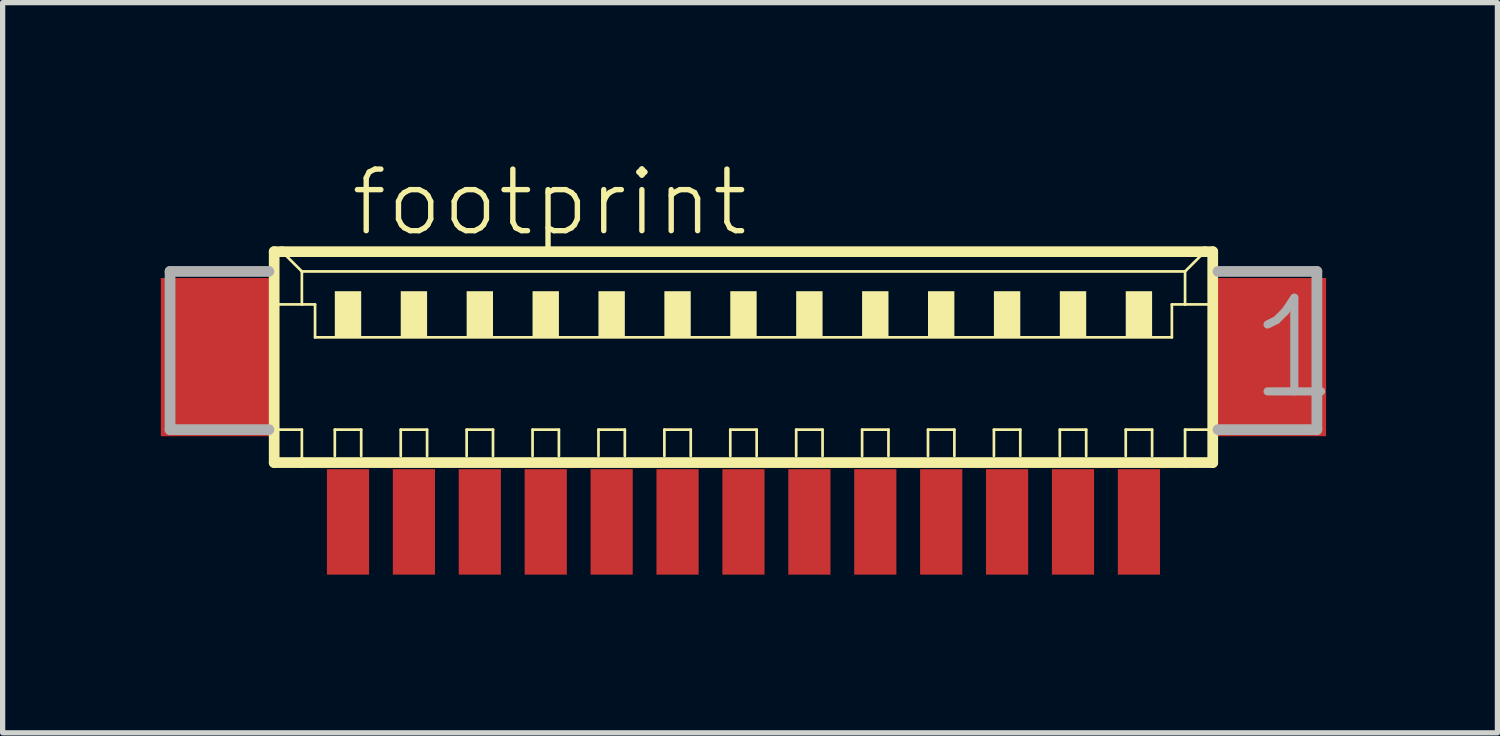
<source format=kicad_pcb>
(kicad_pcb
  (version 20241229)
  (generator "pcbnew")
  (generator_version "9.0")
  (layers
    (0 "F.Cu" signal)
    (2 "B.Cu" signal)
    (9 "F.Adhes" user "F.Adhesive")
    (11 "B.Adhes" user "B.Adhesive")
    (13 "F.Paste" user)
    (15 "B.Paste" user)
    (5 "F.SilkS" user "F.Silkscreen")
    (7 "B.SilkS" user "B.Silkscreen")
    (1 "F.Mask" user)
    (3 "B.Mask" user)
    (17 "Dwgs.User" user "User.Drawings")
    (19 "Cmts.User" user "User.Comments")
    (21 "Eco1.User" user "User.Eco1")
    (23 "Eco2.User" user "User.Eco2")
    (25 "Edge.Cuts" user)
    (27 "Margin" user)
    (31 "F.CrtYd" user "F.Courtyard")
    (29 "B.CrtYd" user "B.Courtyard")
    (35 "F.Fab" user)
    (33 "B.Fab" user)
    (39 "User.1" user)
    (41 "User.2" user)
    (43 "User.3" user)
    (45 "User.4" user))
  (footprint "footprint"
    (layer "F.Cu")
    (at 11.05 4.348)
    (property "Reference" "footprint" (at -7.5 -2.875 0) (layer "F.SilkS") (effects (font (size 1.168 1.168) (thickness 0.102)) (justify left bottom)))
    (fp_line (start -8.9 -2.625) (end -8.9 1.375) (stroke (width 0.203) (type solid)) (layer "F.SilkS"))
    (fp_line (start -8.9 1.375) (end -8.375 1.375) (stroke (width 0.203) (type solid)) (layer "F.SilkS"))
    (fp_line (start -8.875 -1.625) (end -8.375 -1.625) (stroke (width 0.051) (type solid)) (layer "F.SilkS"))
    (fp_line (start -8.875 0.75) (end -8.375 0.75) (stroke (width 0.051) (type solid)) (layer "F.SilkS"))
    (fp_line (start -8.75 -2.625) (end -8.9 -2.625) (stroke (width 0.203) (type solid)) (layer "F.SilkS"))
    (fp_line (start -8.375 -2.25) (end -8.75 -2.625) (stroke (width 0.051) (type solid)) (layer "F.SilkS"))
    (fp_line (start -8.375 -2.25) (end 8.375 -2.25) (stroke (width 0.051) (type solid)) (layer "F.SilkS"))
    (fp_line (start -8.375 -1.625) (end -8.375 -2.25) (stroke (width 0.051) (type solid)) (layer "F.SilkS"))
    (fp_line (start -8.375 -1.625) (end -8.125 -1.625) (stroke (width 0.051) (type solid)) (layer "F.SilkS"))
    (fp_line (start -8.375 0.75) (end -8.375 1.375) (stroke (width 0.051) (type solid)) (layer "F.SilkS"))
    (fp_line (start -8.375 1.375) (end 8.375 1.375) (stroke (width 0.203) (type solid)) (layer "F.SilkS"))
    (fp_line (start -8.125 -1.625) (end -8.125 -1) (stroke (width 0.051) (type solid)) (layer "F.SilkS"))
    (fp_line (start -8.125 -1) (end 8.125 -1) (stroke (width 0.051) (type solid)) (layer "F.SilkS"))
    (fp_line (start -7.75 0.75) (end -7.25 0.75) (stroke (width 0.051) (type solid)) (layer "F.SilkS"))
    (fp_line (start -7.75 1.25) (end -7.75 0.75) (stroke (width 0.051) (type solid)) (layer "F.SilkS"))
    (fp_line (start -7.25 0.75) (end -7.25 1.25) (stroke (width 0.051) (type solid)) (layer "F.SilkS"))
    (fp_line (start -6.5 0.75) (end -6 0.75) (stroke (width 0.051) (type solid)) (layer "F.SilkS"))
    (fp_line (start -6.5 1.25) (end -6.5 0.75) (stroke (width 0.051) (type solid)) (layer "F.SilkS"))
    (fp_line (start -6 0.75) (end -6 1.25) (stroke (width 0.051) (type solid)) (layer "F.SilkS"))
    (fp_line (start -5.25 0.75) (end -4.75 0.75) (stroke (width 0.051) (type solid)) (layer "F.SilkS"))
    (fp_line (start -5.25 1.25) (end -5.25 0.75) (stroke (width 0.051) (type solid)) (layer "F.SilkS"))
    (fp_line (start -4.75 0.75) (end -4.75 1.25) (stroke (width 0.051) (type solid)) (layer "F.SilkS"))
    (fp_line (start -4 0.75) (end -3.5 0.75) (stroke (width 0.051) (type solid)) (layer "F.SilkS"))
    (fp_line (start -4 1.25) (end -4 0.75) (stroke (width 0.051) (type solid)) (layer "F.SilkS"))
    (fp_line (start -3.5 0.75) (end -3.5 1.25) (stroke (width 0.051) (type solid)) (layer "F.SilkS"))
    (fp_line (start -2.75 0.75) (end -2.25 0.75) (stroke (width 0.051) (type solid)) (layer "F.SilkS"))
    (fp_line (start -2.75 1.25) (end -2.75 0.75) (stroke (width 0.051) (type solid)) (layer "F.SilkS"))
    (fp_line (start -2.25 0.75) (end -2.25 1.25) (stroke (width 0.051) (type solid)) (layer "F.SilkS"))
    (fp_line (start -1.5 0.75) (end -1 0.75) (stroke (width 0.051) (type solid)) (layer "F.SilkS"))
    (fp_line (start -1.5 1.25) (end -1.5 0.75) (stroke (width 0.051) (type solid)) (layer "F.SilkS"))
    (fp_line (start -1 0.75) (end -1 1.25) (stroke (width 0.051) (type solid)) (layer "F.SilkS"))
    (fp_line (start -0.25 0.75) (end 0.25 0.75) (stroke (width 0.051) (type solid)) (layer "F.SilkS"))
    (fp_line (start -0.25 1.25) (end -0.25 0.75) (stroke (width 0.051) (type solid)) (layer "F.SilkS"))
    (fp_line (start 0.25 0.75) (end 0.25 1.25) (stroke (width 0.051) (type solid)) (layer "F.SilkS"))
    (fp_line (start 1 0.75) (end 1.5 0.75) (stroke (width 0.051) (type solid)) (layer "F.SilkS"))
    (fp_line (start 1 1.25) (end 1 0.75) (stroke (width 0.051) (type solid)) (layer "F.SilkS"))
    (fp_line (start 1.5 0.75) (end 1.5 1.25) (stroke (width 0.051) (type solid)) (layer "F.SilkS"))
    (fp_line (start 2.25 0.75) (end 2.75 0.75) (stroke (width 0.051) (type solid)) (layer "F.SilkS"))
    (fp_line (start 2.25 1.25) (end 2.25 0.75) (stroke (width 0.051) (type solid)) (layer "F.SilkS"))
    (fp_line (start 2.75 0.75) (end 2.75 1.25) (stroke (width 0.051) (type solid)) (layer "F.SilkS"))
    (fp_line (start 3.5 0.75) (end 4 0.75) (stroke (width 0.051) (type solid)) (layer "F.SilkS"))
    (fp_line (start 3.5 1.25) (end 3.5 0.75) (stroke (width 0.051) (type solid)) (layer "F.SilkS"))
    (fp_line (start 4 0.75) (end 4 1.25) (stroke (width 0.051) (type solid)) (layer "F.SilkS"))
    (fp_line (start 4.75 0.75) (end 5.25 0.75) (stroke (width 0.051) (type solid)) (layer "F.SilkS"))
    (fp_line (start 4.75 1.25) (end 4.75 0.75) (stroke (width 0.051) (type solid)) (layer "F.SilkS"))
    (fp_line (start 5.25 0.75) (end 5.25 1.25) (stroke (width 0.051) (type solid)) (layer "F.SilkS"))
    (fp_line (start 6 0.75) (end 6.5 0.75) (stroke (width 0.051) (type solid)) (layer "F.SilkS"))
    (fp_line (start 6 1.25) (end 6 0.75) (stroke (width 0.051) (type solid)) (layer "F.SilkS"))
    (fp_line (start 6.5 0.75) (end 6.5 1.25) (stroke (width 0.051) (type solid)) (layer "F.SilkS"))
    (fp_line (start 7.25 0.75) (end 7.75 0.75) (stroke (width 0.051) (type solid)) (layer "F.SilkS"))
    (fp_line (start 7.25 1.25) (end 7.25 0.75) (stroke (width 0.051) (type solid)) (layer "F.SilkS"))
    (fp_line (start 7.75 0.75) (end 7.75 1.25) (stroke (width 0.051) (type solid)) (layer "F.SilkS"))
    (fp_line (start 8.125 -1.625) (end 8.125 -1) (stroke (width 0.051) (type solid)) (layer "F.SilkS"))
    (fp_line (start 8.125 -1.625) (end 8.375 -1.625) (stroke (width 0.051) (type solid)) (layer "F.SilkS"))
    (fp_line (start 8.375 -2.25) (end 8.375 -1.625) (stroke (width 0.051) (type solid)) (layer "F.SilkS"))
    (fp_line (start 8.375 -2.25) (end 8.75 -2.625) (stroke (width 0.051) (type solid)) (layer "F.SilkS"))
    (fp_line (start 8.375 -1.625) (end 8.875 -1.625) (stroke (width 0.051) (type solid)) (layer "F.SilkS"))
    (fp_line (start 8.375 0.75) (end 8.375 1.375) (stroke (width 0.051) (type solid)) (layer "F.SilkS"))
    (fp_line (start 8.375 0.75) (end 8.875 0.75) (stroke (width 0.051) (type solid)) (layer "F.SilkS"))
    (fp_line (start 8.375 1.375) (end 8.9 1.375) (stroke (width 0.203) (type solid)) (layer "F.SilkS"))
    (fp_line (start 8.75 -2.625) (end -8.75 -2.625) (stroke (width 0.203) (type solid)) (layer "F.SilkS"))
    (fp_line (start 8.9 -2.625) (end 8.75 -2.625) (stroke (width 0.203) (type solid)) (layer "F.SilkS"))
    (fp_line (start 8.9 1.375) (end 8.9 -2.625) (stroke (width 0.203) (type solid)) (layer "F.SilkS"))
    (fp_poly (pts (xy -7.75 -1) (xy -7.25 -1) (xy -7.25 -1.875) (xy -7.75 -1.875)) (stroke (width 0) (type solid)) (fill yes) (layer "F.SilkS"))
    (fp_poly (pts (xy -6.5 -1) (xy -6 -1) (xy -6 -1.875) (xy -6.5 -1.875)) (stroke (width 0) (type solid)) (fill yes) (layer "F.SilkS"))
    (fp_poly (pts (xy -5.25 -1) (xy -4.75 -1) (xy -4.75 -1.875) (xy -5.25 -1.875)) (stroke (width 0) (type solid)) (fill yes) (layer "F.SilkS"))
    (fp_poly (pts (xy -4 -1) (xy -3.5 -1) (xy -3.5 -1.875) (xy -4 -1.875)) (stroke (width 0) (type solid)) (fill yes) (layer "F.SilkS"))
    (fp_poly (pts (xy -2.75 -1) (xy -2.25 -1) (xy -2.25 -1.875) (xy -2.75 -1.875)) (stroke (width 0) (type solid)) (fill yes) (layer "F.SilkS"))
    (fp_poly (pts (xy -1.5 -1) (xy -1 -1) (xy -1 -1.875) (xy -1.5 -1.875)) (stroke (width 0) (type solid)) (fill yes) (layer "F.SilkS"))
    (fp_poly (pts (xy -0.25 -1) (xy 0.25 -1) (xy 0.25 -1.875) (xy -0.25 -1.875)) (stroke (width 0) (type solid)) (fill yes) (layer "F.SilkS"))
    (fp_poly (pts (xy 1 -1) (xy 1.5 -1) (xy 1.5 -1.875) (xy 1 -1.875)) (stroke (width 0) (type solid)) (fill yes) (layer "F.SilkS"))
    (fp_poly (pts (xy 2.25 -1) (xy 2.75 -1) (xy 2.75 -1.875) (xy 2.25 -1.875)) (stroke (width 0) (type solid)) (fill yes) (layer "F.SilkS"))
    (fp_poly (pts (xy 3.5 -1) (xy 4 -1) (xy 4 -1.875) (xy 3.5 -1.875)) (stroke (width 0) (type solid)) (fill yes) (layer "F.SilkS"))
    (fp_poly (pts (xy 4.75 -1) (xy 5.25 -1) (xy 5.25 -1.875) (xy 4.75 -1.875)) (stroke (width 0) (type solid)) (fill yes) (layer "F.SilkS"))
    (fp_poly (pts (xy 6 -1) (xy 6.5 -1) (xy 6.5 -1.875) (xy 6 -1.875)) (stroke (width 0) (type solid)) (fill yes) (layer "F.SilkS"))
    (fp_poly (pts (xy 7.25 -1) (xy 7.75 -1) (xy 7.75 -1.875) (xy 7.25 -1.875)) (stroke (width 0) (type solid)) (fill yes) (layer "F.SilkS"))
    (fp_line (start -10.875 -2.25) (end -10.875 0.75) (stroke (width 0.203) (type solid)) (layer "F.Fab"))
    (fp_line (start -10.875 0.75) (end -9 0.75) (stroke (width 0.203) (type solid)) (layer "F.Fab"))
    (fp_line (start -9 -2.25) (end -10.875 -2.25) (stroke (width 0.203) (type solid)) (layer "F.Fab"))
    (fp_line (start 9 0.75) (end 10.875 0.75) (stroke (width 0.203) (type solid)) (layer "F.Fab"))
    (fp_line (start 10.875 -2.25) (end 9 -2.25) (stroke (width 0.203) (type solid)) (layer "F.Fab"))
    (fp_line (start 10.875 0.75) (end 10.875 -2.25) (stroke (width 0.203) (type solid)) (layer "F.Fab"))
    (fp_text user "1" (at 9.5 0.25 0) (layer "F.Fab") (effects (font (size 1.776 1.776) (thickness 0.154)) (justify left bottom)))
    (pad "1" smd rect (at 7.5 2.5) (size 0.8 2) (layers "F.Cu" "F.Mask" "F.Paste"))
    (pad "2" smd rect (at 6.25 2.5) (size 0.8 2) (layers "F.Cu" "F.Mask" "F.Paste"))
    (pad "3" smd rect (at 5 2.5) (size 0.8 2) (layers "F.Cu" "F.Mask" "F.Paste"))
    (pad "4" smd rect (at 3.75 2.5) (size 0.8 2) (layers "F.Cu" "F.Mask" "F.Paste"))
    (pad "5" smd rect (at 2.5 2.5) (size 0.8 2) (layers "F.Cu" "F.Mask" "F.Paste"))
    (pad "6" smd rect (at 1.25 2.5) (size 0.8 2) (layers "F.Cu" "F.Mask" "F.Paste"))
    (pad "7" smd rect (at 0 2.5) (size 0.8 2) (layers "F.Cu" "F.Mask" "F.Paste"))
    (pad "8" smd rect (at -1.25 2.5) (size 0.8 2) (layers "F.Cu" "F.Mask" "F.Paste"))
    (pad "9" smd rect (at -2.5 2.5) (size 0.8 2) (layers "F.Cu" "F.Mask" "F.Paste"))
    (pad "10" smd rect (at -3.75 2.5) (size 0.8 2) (layers "F.Cu" "F.Mask" "F.Paste"))
    (pad "11" smd rect (at -5 2.5) (size 0.8 2) (layers "F.Cu" "F.Mask" "F.Paste"))
    (pad "12" smd rect (at -6.25 2.5) (size 0.8 2) (layers "F.Cu" "F.Mask" "F.Paste"))
    (pad "13" smd rect (at -7.5 2.5) (size 0.8 2) (layers "F.Cu" "F.Mask" "F.Paste"))
    (pad "S1" smd rect (at 10 -0.625) (size 2.1 3) (layers "F.Cu" "F.Mask" "F.Paste"))
    (pad "S2" smd rect (at -10 -0.625) (size 2.1 3) (layers "F.Cu" "F.Mask" "F.Paste")))
  (gr_rect
    (start -3 -3)
    (end 25.349 10.848)
    (stroke (width 0.1) (type default))
    (fill no)
    (layer "Edge.Cuts")))
</source>
